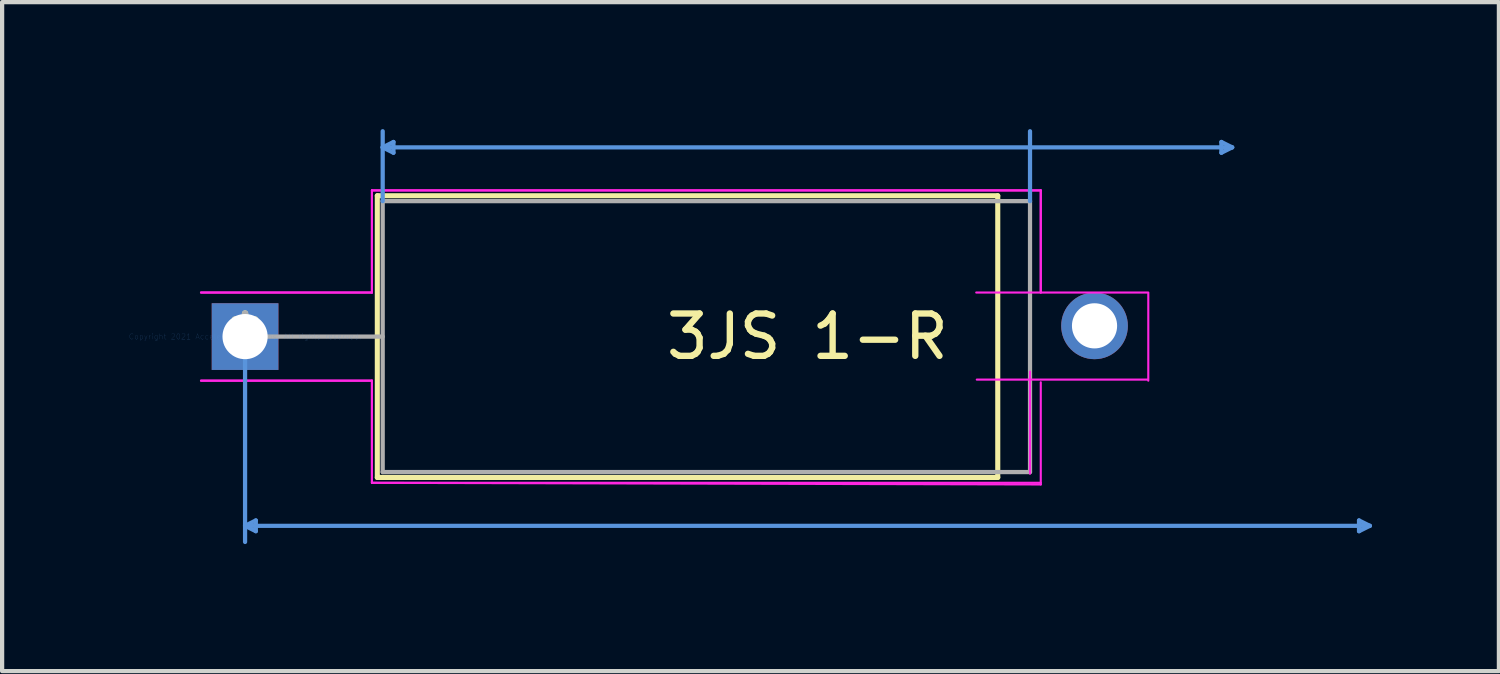
<source format=kicad_pcb>
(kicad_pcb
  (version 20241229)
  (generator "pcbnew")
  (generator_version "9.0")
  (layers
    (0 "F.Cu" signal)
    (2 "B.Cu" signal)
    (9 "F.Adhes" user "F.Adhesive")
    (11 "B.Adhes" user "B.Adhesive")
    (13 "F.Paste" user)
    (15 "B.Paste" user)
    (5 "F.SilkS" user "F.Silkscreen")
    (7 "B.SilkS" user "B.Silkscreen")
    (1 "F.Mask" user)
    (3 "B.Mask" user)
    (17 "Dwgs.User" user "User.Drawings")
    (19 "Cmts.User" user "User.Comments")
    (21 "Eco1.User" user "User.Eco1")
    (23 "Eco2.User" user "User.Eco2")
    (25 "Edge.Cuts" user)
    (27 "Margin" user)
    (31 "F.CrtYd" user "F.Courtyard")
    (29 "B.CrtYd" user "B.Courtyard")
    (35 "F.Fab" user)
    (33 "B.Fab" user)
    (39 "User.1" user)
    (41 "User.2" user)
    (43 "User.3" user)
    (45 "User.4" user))
  (footprint "3JS 1-R"
    (layer "F.Cu")
    (at 2.739 4.901)
    (property "Reference" "3JS 1-R" (at 13.284 0 0) (layer "F.SilkS") (effects (font (size 1 1) (thickness 0.15))))
    (attr through_hole)
    (fp_line (start 3.124 -3.327) (end 3.124 3.327) (stroke (width 0.12) (type solid)) (layer "F.SilkS"))
    (fp_line (start 3.124 3.327) (end 17.78 3.327) (stroke (width 0.12) (type solid)) (layer "F.SilkS"))
    (fp_line (start 17.78 -3.327) (end 3.124 -3.327) (stroke (width 0.12) (type solid)) (layer "F.SilkS"))
    (fp_line (start 17.78 3.327) (end 17.78 -3.327) (stroke (width 0.12) (type solid)) (layer "F.SilkS"))
    (fp_line (start 0 0) (end 0 4.851) (stroke (width 0.1) (type solid)) (layer "Cmts.User"))
    (fp_line (start 0 4.47) (end 0.254 4.343) (stroke (width 0.1) (type solid)) (layer "Cmts.User"))
    (fp_line (start 0 4.47) (end 0.254 4.597) (stroke (width 0.1) (type solid)) (layer "Cmts.User"))
    (fp_line (start 0 4.47) (end 26.568 4.47) (stroke (width 0.1) (type solid)) (layer "Cmts.User"))
    (fp_line (start 0.254 4.343) (end 0.254 4.597) (stroke (width 0.1) (type solid)) (layer "Cmts.User"))
    (fp_line (start 3.251 -4.47) (end 3.505 -4.597) (stroke (width 0.1) (type solid)) (layer "Cmts.User"))
    (fp_line (start 3.251 -4.47) (end 3.505 -4.343) (stroke (width 0.1) (type solid)) (layer "Cmts.User"))
    (fp_line (start 3.251 -4.47) (end 23.317 -4.47) (stroke (width 0.1) (type solid)) (layer "Cmts.User"))
    (fp_line (start 3.251 -3.2) (end 3.251 -4.851) (stroke (width 0.1) (type solid)) (layer "Cmts.User"))
    (fp_line (start 3.505 -4.597) (end 3.505 -4.343) (stroke (width 0.1) (type solid)) (layer "Cmts.User"))
    (fp_line (start 18.542 -3.2) (end 18.542 -4.851) (stroke (width 0.1) (type solid)) (layer "Cmts.User"))
    (fp_line (start 23.063 -4.597) (end 23.063 -4.343) (stroke (width 0.1) (type solid)) (layer "Cmts.User"))
    (fp_line (start 23.317 -4.47) (end 23.063 -4.597) (stroke (width 0.1) (type solid)) (layer "Cmts.User"))
    (fp_line (start 23.317 -4.47) (end 23.063 -4.343) (stroke (width 0.1) (type solid)) (layer "Cmts.User"))
    (fp_line (start 26.314 4.343) (end 26.314 4.597) (stroke (width 0.1) (type solid)) (layer "Cmts.User"))
    (fp_line (start 26.568 4.47) (end 26.314 4.343) (stroke (width 0.1) (type solid)) (layer "Cmts.User"))
    (fp_line (start 26.568 4.47) (end 26.314 4.597) (stroke (width 0.1) (type solid)) (layer "Cmts.User"))
    (fp_line (start -1.041 -1.041) (end 2.997 -1.041) (stroke (width 0.05) (type solid)) (layer "F.CrtYd"))
    (fp_line (start -1.041 -1.041) (end 2.997 -1.041) (stroke (width 0.05) (type solid)) (layer "F.CrtYd"))
    (fp_line (start 2.997 -3.454) (end 18.796 -3.454) (stroke (width 0.05) (type solid)) (layer "F.CrtYd"))
    (fp_line (start 2.997 -3.454) (end 18.796 -3.454) (stroke (width 0.05) (type solid)) (layer "F.CrtYd"))
    (fp_line (start 2.997 -1.041) (end 2.997 -3.454) (stroke (width 0.05) (type solid)) (layer "F.CrtYd"))
    (fp_line (start 2.997 -1.041) (end 2.997 -3.454) (stroke (width 0.05) (type solid)) (layer "F.CrtYd"))
    (fp_line (start 2.997 1.041) (end -1.041 1.041) (stroke (width 0.05) (type solid)) (layer "F.CrtYd"))
    (fp_line (start 2.997 1.041) (end -1.041 1.041) (stroke (width 0.05) (type solid)) (layer "F.CrtYd"))
    (fp_line (start 2.997 3.454) (end 2.997 1.041) (stroke (width 0.05) (type solid)) (layer "F.CrtYd"))
    (fp_line (start 2.997 3.454) (end 2.997 1.041) (stroke (width 0.05) (type solid)) (layer "F.CrtYd"))
    (fp_line (start 17.272 -1.041) (end 21.311 -1.041) (stroke (width 0.05) (type solid)) (layer "F.CrtYd"))
    (fp_line (start 17.285 1.016) (end 21.323 1.016) (stroke (width 0.05) (type solid)) (layer "F.CrtYd"))
    (fp_line (start 18.542 0.826) (end 18.542 3.239) (stroke (width 0.05) (type solid)) (layer "F.CrtYd"))
    (fp_line (start 18.796 -3.454) (end 18.796 -1.041) (stroke (width 0.05) (type solid)) (layer "F.CrtYd"))
    (fp_line (start 18.796 -3.454) (end 18.796 -1.041) (stroke (width 0.05) (type solid)) (layer "F.CrtYd"))
    (fp_line (start 18.796 1.079) (end 18.796 3.493) (stroke (width 0.05) (type solid)) (layer "F.CrtYd"))
    (fp_line (start 18.796 3.454) (end 2.997 3.454) (stroke (width 0.05) (type solid)) (layer "F.CrtYd"))
    (fp_line (start 18.796 3.493) (end 2.997 3.454) (stroke (width 0.05) (type solid)) (layer "F.CrtYd"))
    (fp_line (start 21.336 -1.041) (end 21.336 1.041) (stroke (width 0.05) (type solid)) (layer "F.CrtYd"))
    (fp_line (start 0 0) (end 3.251 0) (stroke (width 0.1) (type solid)) (layer "F.Fab"))
    (fp_line (start 3.251 -3.2) (end 3.251 3.2) (stroke (width 0.1) (type solid)) (layer "F.Fab"))
    (fp_line (start 3.251 3.2) (end 18.542 3.2) (stroke (width 0.1) (type solid)) (layer "F.Fab"))
    (fp_line (start 18.542 -3.2) (end 3.251 -3.2) (stroke (width 0.1) (type solid)) (layer "F.Fab"))
    (fp_line (start 18.542 3.2) (end 18.542 -3.2) (stroke (width 0.1) (type solid)) (layer "F.Fab"))
    (fp_text user "*" (at 0 0 0) (layer "F.SilkS") (effects (font (size 1 1) (thickness 0.15))))
    (fp_text user "Copyright 2021 Accelerated Designs. All rights reserved." (at 0 0 0) (layer "Cmts.User") (effects (font (size 0.127 0.127) (thickness 0.002))))
    (fp_text user "*" (at 0 0 0) (layer "F.Fab") (effects (font (size 1 1) (thickness 0.15))))
    (pad "1" thru_hole rect (at 0 0) (size 1.575 1.575) (drill 1.067) (layers "*.Cu" "*.Mask"))
    (pad "2" thru_hole circle (at 20.066 -0.254) (size 1.575 1.575) (drill 1.067) (layers "*.Cu" "*.Mask")))
  (gr_rect
    (start -3 -3)
    (end 32.357 12.803)
    (stroke (width 0.1) (type default))
    (fill no)
    (layer "Edge.Cuts")))
</source>
